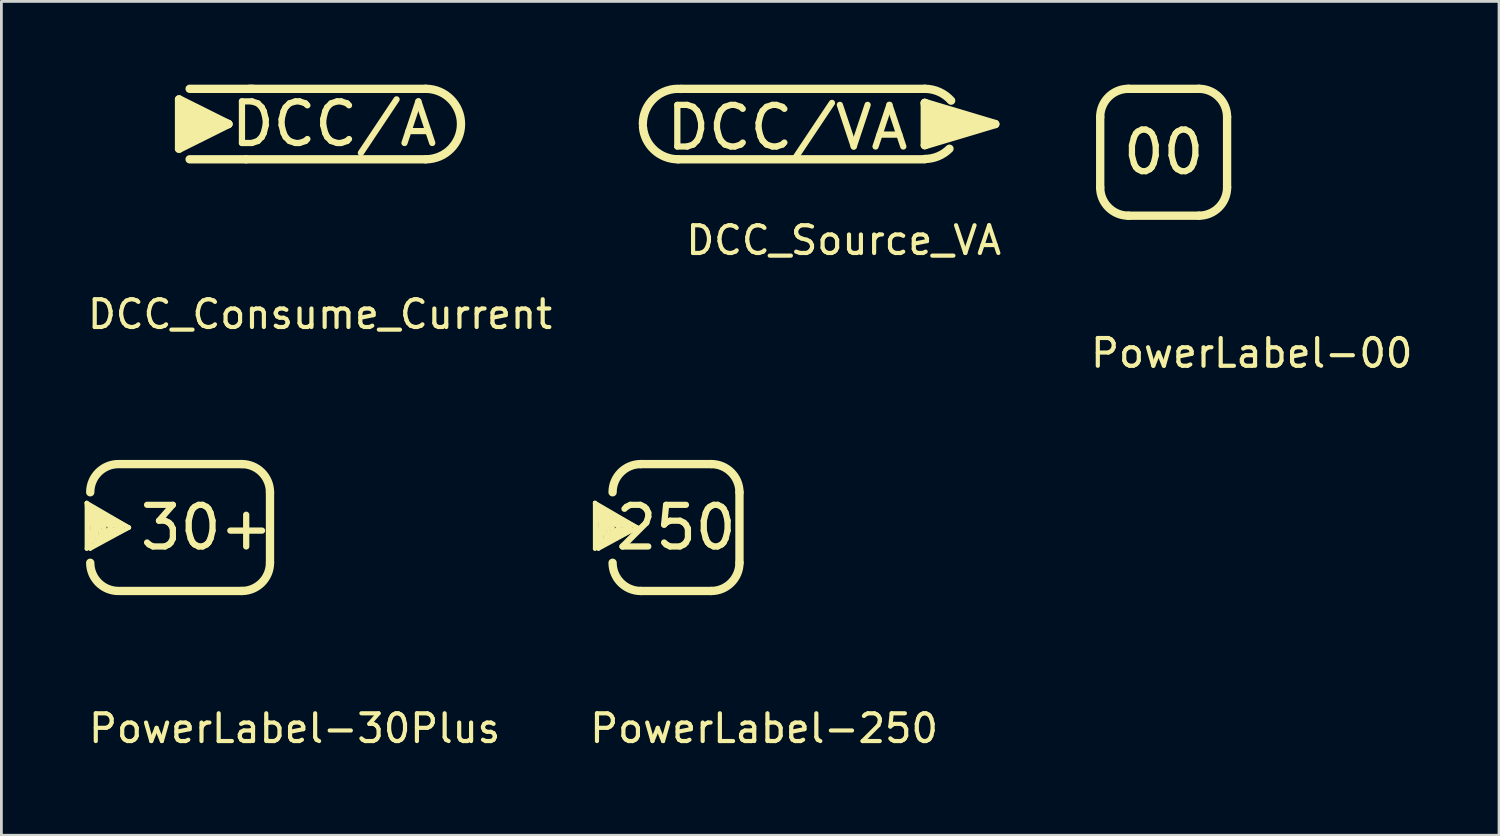
<source format=kicad_pcb>
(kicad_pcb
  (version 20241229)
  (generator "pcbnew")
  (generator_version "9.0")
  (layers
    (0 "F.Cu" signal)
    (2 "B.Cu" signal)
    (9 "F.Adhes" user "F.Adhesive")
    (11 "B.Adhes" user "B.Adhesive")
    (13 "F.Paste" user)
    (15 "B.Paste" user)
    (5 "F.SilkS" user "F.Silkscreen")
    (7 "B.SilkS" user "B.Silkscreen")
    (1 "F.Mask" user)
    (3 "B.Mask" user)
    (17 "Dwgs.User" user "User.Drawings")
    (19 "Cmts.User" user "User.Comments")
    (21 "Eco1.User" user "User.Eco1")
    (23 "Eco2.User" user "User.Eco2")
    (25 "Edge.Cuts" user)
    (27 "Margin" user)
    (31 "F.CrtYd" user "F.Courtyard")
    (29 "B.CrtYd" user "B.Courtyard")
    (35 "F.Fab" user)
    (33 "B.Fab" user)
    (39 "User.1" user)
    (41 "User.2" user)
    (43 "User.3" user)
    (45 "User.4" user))
  (footprint "PowerLabel-30Plus"
    (layer "F.Cu")
    (at 4.393 15.959)
    (property "Reference" "PowerLabel-30Plus" (at 3.175 7.239 0) (layer "F.SilkS") (effects (font (size 1 1) (thickness 0.15))))
    (attr through_hole)
    (fp_line (start -4.318 -0.889) (end -4.318 0.762) (stroke (width 0.15) (type solid)) (layer "F.SilkS"))
    (fp_line (start -4.318 -0.889) (end -2.794 0) (stroke (width 0.15) (type solid)) (layer "F.SilkS"))
    (fp_line (start -4.318 0.762) (end -2.794 0) (stroke (width 0.15) (type solid)) (layer "F.SilkS"))
    (fp_line (start -4.191 -0.762) (end -4.064 0.508) (stroke (width 0.15) (type solid)) (layer "F.SilkS"))
    (fp_line (start -4.191 0.762) (end -4.318 -0.889) (stroke (width 0.15) (type solid)) (layer "F.SilkS"))
    (fp_line (start -4.064 -0.635) (end -3.937 0.381) (stroke (width 0.15) (type solid)) (layer "F.SilkS"))
    (fp_line (start -4.064 0.508) (end -3.048 0) (stroke (width 0.15) (type solid)) (layer "F.SilkS"))
    (fp_line (start -3.937 -0.508) (end -4.191 0.635) (stroke (width 0.15) (type solid)) (layer "F.SilkS"))
    (fp_line (start -3.937 -0.381) (end -3.81 0.254) (stroke (width 0.15) (type solid)) (layer "F.SilkS"))
    (fp_line (start -3.937 0.381) (end -3.175 0) (stroke (width 0.15) (type solid)) (layer "F.SilkS"))
    (fp_line (start -3.81 -0.254) (end -3.683 0.127) (stroke (width 0.15) (type solid)) (layer "F.SilkS"))
    (fp_line (start -3.81 0.254) (end -3.429 0) (stroke (width 0.15) (type solid)) (layer "F.SilkS"))
    (fp_line (start -3.683 0) (end -3.937 -0.508) (stroke (width 0.15) (type solid)) (layer "F.SilkS"))
    (fp_line (start -3.683 0.127) (end -3.683 0) (stroke (width 0.15) (type solid)) (layer "F.SilkS"))
    (fp_line (start -3.429 0) (end -3.81 -0.254) (stroke (width 0.15) (type solid)) (layer "F.SilkS"))
    (fp_line (start -3.175 0) (end -3.937 -0.381) (stroke (width 0.15) (type solid)) (layer "F.SilkS"))
    (fp_line (start -3.11 -2.286) (end 1.27 -2.286) (stroke (width 0.3) (type solid)) (layer "F.SilkS"))
    (fp_line (start -3.048 0) (end -4.064 -0.635) (stroke (width 0.15) (type solid)) (layer "F.SilkS"))
    (fp_line (start -2.794 0) (end -4.191 -0.762) (stroke (width 0.15) (type solid)) (layer "F.SilkS"))
    (fp_line (start -2.794 0) (end -4.191 0.762) (stroke (width 0.15) (type solid)) (layer "F.SilkS"))
    (fp_line (start 1.27 2.286) (end -3.11 2.286) (stroke (width 0.3) (type solid)) (layer "F.SilkS"))
    (fp_line (start 2.286 -1.27) (end 2.286 1.27) (stroke (width 0.3) (type solid)) (layer "F.SilkS"))
    (fp_arc (start -4.191 -1.27) (mid -3.894047 -1.987793) (end -3.176773 -2.285998) (stroke (width 0.3) (type solid)) (layer "F.SilkS"))
    (fp_arc (start -3.175 2.286) (mid -3.89342 1.98842) (end -4.191 1.27) (stroke (width 0.3) (type solid)) (layer "F.SilkS"))
    (fp_arc (start 1.27 -2.286) (mid 1.98842 -1.98842) (end 2.286 -1.27) (stroke (width 0.3) (type solid)) (layer "F.SilkS"))
    (fp_arc (start 2.286 1.27) (mid 1.98842 1.98842) (end 1.27 2.286) (stroke (width 0.3) (type solid)) (layer "F.SilkS"))
    (fp_text user "30+" (at 0 0 0) (layer "F.SilkS") (effects (font (size 1.5 1.5) (thickness 0.225)))))
  (footprint "DCC_Source_VA"
    (layer "F.Cu")
    (at 25.194 1.42)
    (property "Reference" "DCC_Source_VA" (at 2.159 4.191 0) (layer "F.SilkS") (effects (font (size 1 1) (thickness 0.15))))
    (attr through_hole)
    (fp_line (start -3.81 1.27) (end 5.08 1.27) (stroke (width 0.3) (type solid)) (layer "F.SilkS"))
    (fp_line (start -3.683 -1.27) (end 5.08 -1.27) (stroke (width 0.3) (type solid)) (layer "F.SilkS"))
    (fp_line (start 5.08 -0.762) (end 5.08 0.762) (stroke (width 0.3) (type solid)) (layer "F.SilkS"))
    (fp_line (start 5.08 -0.762) (end 5.207 0.508) (stroke (width 0.3) (type solid)) (layer "F.SilkS"))
    (fp_line (start 5.08 0.762) (end 7.62 0) (stroke (width 0.3) (type solid)) (layer "F.SilkS"))
    (fp_line (start 5.207 0.508) (end 6.985 0) (stroke (width 0.3) (type solid)) (layer "F.SilkS"))
    (fp_line (start 5.334 -0.508) (end 5.461 0.254) (stroke (width 0.3) (type solid)) (layer "F.SilkS"))
    (fp_line (start 5.461 0.254) (end 6.35 0) (stroke (width 0.3) (type solid)) (layer "F.SilkS"))
    (fp_line (start 5.588 -0.254) (end 5.588 0.127) (stroke (width 0.3) (type solid)) (layer "F.SilkS"))
    (fp_line (start 5.588 0.127) (end 5.842 -0.127) (stroke (width 0.3) (type solid)) (layer "F.SilkS"))
    (fp_line (start 6.35 0) (end 5.588 -0.254) (stroke (width 0.3) (type solid)) (layer "F.SilkS"))
    (fp_line (start 6.985 0) (end 5.334 -0.508) (stroke (width 0.3) (type solid)) (layer "F.SilkS"))
    (fp_line (start 7.62 0) (end 5.08 -0.762) (stroke (width 0.3) (type solid)) (layer "F.SilkS"))
    (fp_arc (start -5.08 0) (mid -4.66641 -0.937797) (end -3.69502 -1.264784) (stroke (width 0.3) (type solid)) (layer "F.SilkS"))
    (fp_arc (start -3.81 1.27) (mid -4.66641 0.937797) (end -5.074784 0.11498) (stroke (width 0.3) (type solid)) (layer "F.SilkS"))
    (fp_arc (start 5.08 -1.27) (mid 5.600263 -1.158545) (end 6.02921 -0.843742) (stroke (width 0.3) (type solid)) (layer "F.SilkS"))
    (fp_arc (start 5.969 0.889) (mid 5.561123 1.161534) (end 5.08 1.257236) (stroke (width 0.3) (type solid)) (layer "F.SilkS"))
    (fp_text user "DCC/VA" (at 0.127 0.127 0) (layer "F.SilkS") (effects (font (size 1.5 1.5) (thickness 0.225)))))
  (footprint "PowerLabel-00"
    (layer "F.Cu")
    (at 38.881 2.436)
    (property "Reference" "PowerLabel-00" (at 3.175 7.239 0) (layer "F.SilkS") (effects (font (size 1 1) (thickness 0.15))))
    (attr through_hole)
    (fp_line (start -2.286 1.27) (end -2.286 -1.27) (stroke (width 0.3) (type solid)) (layer "F.SilkS"))
    (fp_line (start -1.27 -2.286) (end 1.27 -2.286) (stroke (width 0.3) (type solid)) (layer "F.SilkS"))
    (fp_line (start 1.27 2.286) (end -1.27 2.286) (stroke (width 0.3) (type solid)) (layer "F.SilkS"))
    (fp_line (start 2.286 -1.27) (end 2.286 1.27) (stroke (width 0.3) (type solid)) (layer "F.SilkS"))
    (fp_arc (start -2.286 -1.27) (mid -1.989047 -1.987793) (end -1.271773 -2.285998) (stroke (width 0.3) (type solid)) (layer "F.SilkS"))
    (fp_arc (start -1.27 2.286) (mid -1.98842 1.98842) (end -2.286 1.27) (stroke (width 0.3) (type solid)) (layer "F.SilkS"))
    (fp_arc (start 1.27 -2.286) (mid 1.98842 -1.98842) (end 2.286 -1.27) (stroke (width 0.3) (type solid)) (layer "F.SilkS"))
    (fp_arc (start 2.286 1.27) (mid 1.98842 1.98842) (end 1.27 2.286) (stroke (width 0.3) (type solid)) (layer "F.SilkS"))
    (fp_text user "00" (at 0 0 0) (layer "F.SilkS") (effects (font (size 1.5 1.5) (thickness 0.225)))))
  (footprint "DCC_Consume_Current"
    (layer "F.Cu")
    (at 8.482 1.42)
    (property "Reference" "DCC_Consume_Current" (at 0 6.858 0) (layer "F.SilkS") (effects (font (size 1 1) (thickness 0.15))))
    (attr through_hole)
    (fp_line (start -5.08 -0.889) (end -5.08 0.889) (stroke (width 0.3) (type solid)) (layer "F.SilkS"))
    (fp_line (start -5.08 0.889) (end -3.302 0) (stroke (width 0.3) (type solid)) (layer "F.SilkS"))
    (fp_line (start -4.953 -0.635) (end -4.953 0.508) (stroke (width 0.3) (type solid)) (layer "F.SilkS"))
    (fp_line (start -4.953 0.508) (end -3.81 0) (stroke (width 0.3) (type solid)) (layer "F.SilkS"))
    (fp_line (start -4.826 -0.381) (end -4.699 0.254) (stroke (width 0.3) (type solid)) (layer "F.SilkS"))
    (fp_line (start -4.699 -1.27) (end -2.413 -1.27) (stroke (width 0.3) (type solid)) (layer "F.SilkS"))
    (fp_line (start -4.699 0.254) (end -4.318 0) (stroke (width 0.3) (type solid)) (layer "F.SilkS"))
    (fp_line (start -4.699 1.27) (end -2.667 1.27) (stroke (width 0.3) (type solid)) (layer "F.SilkS"))
    (fp_line (start -4.318 0) (end -4.572 -0.127) (stroke (width 0.3) (type solid)) (layer "F.SilkS"))
    (fp_line (start -3.81 0) (end -4.826 -0.381) (stroke (width 0.3) (type solid)) (layer "F.SilkS"))
    (fp_line (start -3.302 0) (end -5.08 -0.889) (stroke (width 0.3) (type solid)) (layer "F.SilkS"))
    (fp_line (start -3.302 0) (end -4.953 -0.635) (stroke (width 0.3) (type solid)) (layer "F.SilkS"))
    (fp_line (start 3.81 -1.27) (end -2.54 -1.27) (stroke (width 0.3) (type solid)) (layer "F.SilkS"))
    (fp_line (start 3.81 1.27) (end -2.667 1.27) (stroke (width 0.3) (type solid)) (layer "F.SilkS"))
    (fp_arc (start 3.81 -1.27) (mid 5.08 0) (end 3.81 1.27) (stroke (width 0.3) (type solid)) (layer "F.SilkS"))
    (fp_text user "DCC/A" (at 0.508 0 0) (layer "F.SilkS") (effects (font (size 1.5 1.5) (thickness 0.225)))))
  (footprint "PowerLabel-250"
    (layer "F.Cu")
    (at 21.31 15.959)
    (property "Reference" "PowerLabel-250" (at 3.175 7.239 0) (layer "F.SilkS") (effects (font (size 1 1) (thickness 0.15))))
    (attr through_hole)
    (fp_line (start -2.921 -0.889) (end -2.921 0.762) (stroke (width 0.15) (type solid)) (layer "F.SilkS"))
    (fp_line (start -2.921 -0.889) (end -1.397 0) (stroke (width 0.15) (type solid)) (layer "F.SilkS"))
    (fp_line (start -2.921 0.762) (end -1.397 0) (stroke (width 0.15) (type solid)) (layer "F.SilkS"))
    (fp_line (start -2.794 -0.762) (end -2.667 0.508) (stroke (width 0.15) (type solid)) (layer "F.SilkS"))
    (fp_line (start -2.794 0.762) (end -2.921 -0.889) (stroke (width 0.15) (type solid)) (layer "F.SilkS"))
    (fp_line (start -2.667 -0.635) (end -2.54 0.381) (stroke (width 0.15) (type solid)) (layer "F.SilkS"))
    (fp_line (start -2.667 0.508) (end -1.651 0) (stroke (width 0.15) (type solid)) (layer "F.SilkS"))
    (fp_line (start -2.54 -0.508) (end -2.794 0.635) (stroke (width 0.15) (type solid)) (layer "F.SilkS"))
    (fp_line (start -2.54 -0.381) (end -2.413 0.254) (stroke (width 0.15) (type solid)) (layer "F.SilkS"))
    (fp_line (start -2.54 0.381) (end -1.778 0) (stroke (width 0.15) (type solid)) (layer "F.SilkS"))
    (fp_line (start -2.413 -0.254) (end -2.286 0.127) (stroke (width 0.15) (type solid)) (layer "F.SilkS"))
    (fp_line (start -2.413 0.254) (end -2.032 0) (stroke (width 0.15) (type solid)) (layer "F.SilkS"))
    (fp_line (start -2.286 0) (end -2.54 -0.508) (stroke (width 0.15) (type solid)) (layer "F.SilkS"))
    (fp_line (start -2.286 0.127) (end -2.286 0) (stroke (width 0.15) (type solid)) (layer "F.SilkS"))
    (fp_line (start -2.032 0) (end -2.413 -0.254) (stroke (width 0.15) (type solid)) (layer "F.SilkS"))
    (fp_line (start -1.778 0) (end -2.54 -0.381) (stroke (width 0.15) (type solid)) (layer "F.SilkS"))
    (fp_line (start -1.651 0) (end -2.667 -0.635) (stroke (width 0.15) (type solid)) (layer "F.SilkS"))
    (fp_line (start -1.397 0) (end -2.794 -0.762) (stroke (width 0.15) (type solid)) (layer "F.SilkS"))
    (fp_line (start -1.397 0) (end -2.794 0.762) (stroke (width 0.15) (type solid)) (layer "F.SilkS"))
    (fp_line (start -1.27 -2.286) (end 1.27 -2.286) (stroke (width 0.3) (type solid)) (layer "F.SilkS"))
    (fp_line (start 1.27 2.286) (end -1.27 2.286) (stroke (width 0.3) (type solid)) (layer "F.SilkS"))
    (fp_line (start 2.286 -1.27) (end 2.286 1.27) (stroke (width 0.3) (type solid)) (layer "F.SilkS"))
    (fp_arc (start -2.286 -1.27) (mid -1.989047 -1.987793) (end -1.271773 -2.285998) (stroke (width 0.3) (type solid)) (layer "F.SilkS"))
    (fp_arc (start -1.27 2.286) (mid -1.98842 1.98842) (end -2.286 1.27) (stroke (width 0.3) (type solid)) (layer "F.SilkS"))
    (fp_arc (start 1.27 -2.286) (mid 1.98842 -1.98842) (end 2.286 -1.27) (stroke (width 0.3) (type solid)) (layer "F.SilkS"))
    (fp_arc (start 2.286 1.27) (mid 1.98842 1.98842) (end 1.27 2.286) (stroke (width 0.3) (type solid)) (layer "F.SilkS"))
    (fp_text user "250" (at 0 0 0) (layer "F.SilkS") (effects (font (size 1.5 1.5) (thickness 0.225)))))
  (gr_rect
    (start -3 -3)
    (end 50.966 27.047)
    (stroke (width 0.1) (type default))
    (fill no)
    (layer "Edge.Cuts")))
</source>
